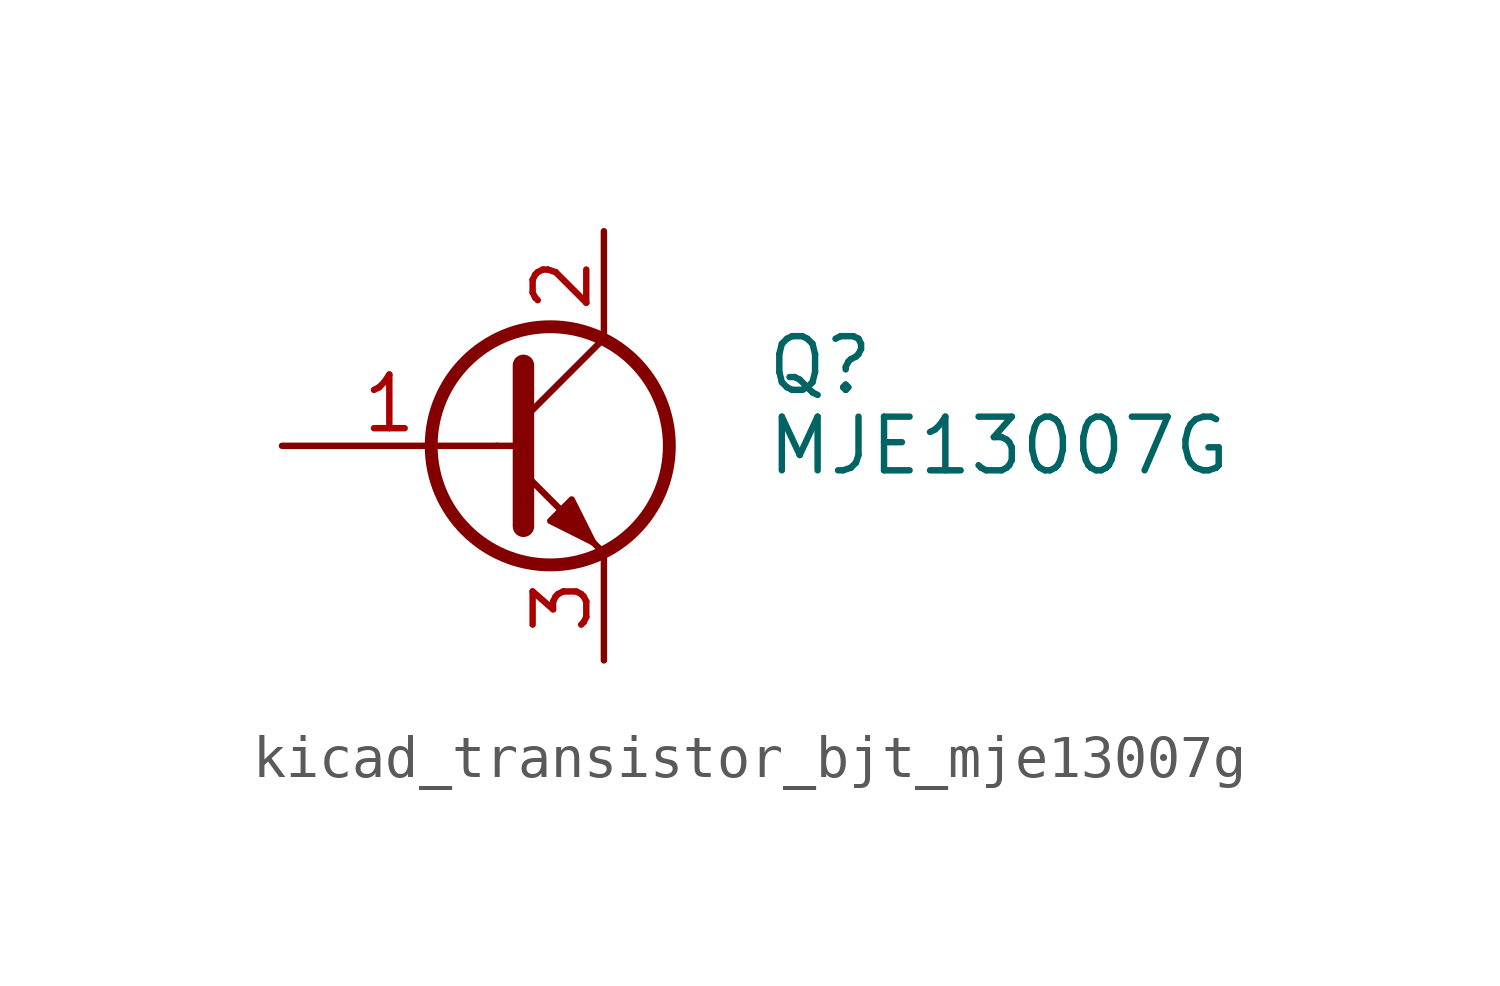
<source format=kicad_sym>
(kicad_symbol_lib
  (version 20220914)
  (generator kicad_symbol_editor)
  (symbol "kicad_transistor_bjt_mje13007g"
    (pin_names
      (offset 0) hide)
    (property "Reference" "Q"
      (at 6.35 1.905 0)
      (effects (font (size 1.27 1.27)) (justify left)))
    (property "Value" "MJE13007G"
      (at 6.35 0 0)
      (effects (font (size 1.27 1.27)) (justify left)))
    (symbol "kicad_transistor_bjt_mje13007g_0_1"
      (polyline (pts (xy 0 0) (xy 0.635 0)) (stroke (width 0) (type default)) (fill (type none)))
      (polyline (pts (xy 2.54 2.54) (xy 0.635 0.635)) (stroke (width 0) (type default)) (fill (type none)))
      (polyline (pts (xy 0.635 1.905) (xy 0.635 -1.905) (xy 0.635 -1.905)) (stroke (width 0.508) (type default)) (fill (type none)))
      (polyline (pts (xy 2.286 -2.286) (xy 1.778 -1.778) (xy 1.778 -1.778)) (stroke (width 0) (type default)) (fill (type none)))
      (polyline (pts (xy 2.54 -2.54) (xy 0.635 -0.635) (xy 1.27 -1.27)) (stroke (width 0) (type default)) (fill (type outline)))
      (polyline (pts (xy 1.27 -1.778) (xy 1.778 -1.27) (xy 2.286 -2.286) (xy 1.27 -1.778) (xy 1.27 -1.778)) (stroke (width 0) (type default)) (fill (type outline)))
      (circle (center 1.27 0) (radius 2.819) (stroke (width 0.305) (type default)) (fill (type none))))
    (symbol "kicad_transistor_bjt_mje13007g_1_1"
      (pin input line (at -5.08 0 0) (length 5.08) (name "B" (effects (font (size 1.27 1.27)))) (number "1" (effects (font (size 1.27 1.27)))))
      (pin passive line (at 2.54 5.08 270) (length 2.54) (name "C" (effects (font (size 1.27 1.27)))) (number "2" (effects (font (size 1.27 1.27)))))
      (pin passive line (at 2.54 -5.08 90) (length 2.54) (name "E" (effects (font (size 1.27 1.27)))) (number "3" (effects (font (size 1.27 1.27))))))))
</source>
